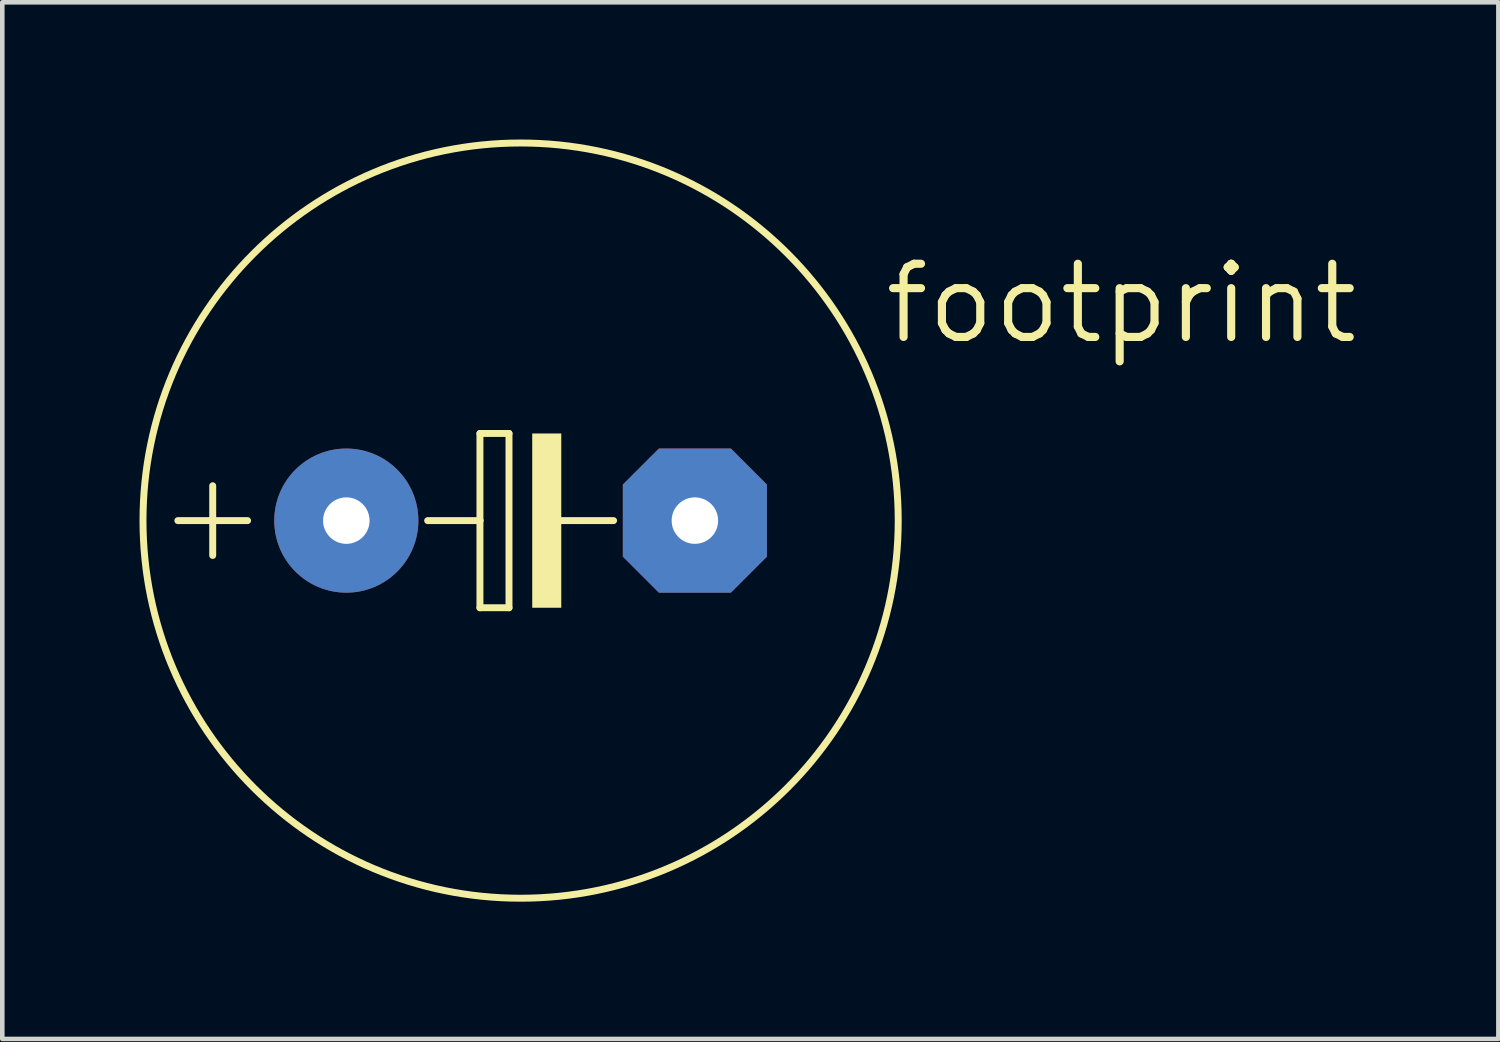
<source format=kicad_pcb>
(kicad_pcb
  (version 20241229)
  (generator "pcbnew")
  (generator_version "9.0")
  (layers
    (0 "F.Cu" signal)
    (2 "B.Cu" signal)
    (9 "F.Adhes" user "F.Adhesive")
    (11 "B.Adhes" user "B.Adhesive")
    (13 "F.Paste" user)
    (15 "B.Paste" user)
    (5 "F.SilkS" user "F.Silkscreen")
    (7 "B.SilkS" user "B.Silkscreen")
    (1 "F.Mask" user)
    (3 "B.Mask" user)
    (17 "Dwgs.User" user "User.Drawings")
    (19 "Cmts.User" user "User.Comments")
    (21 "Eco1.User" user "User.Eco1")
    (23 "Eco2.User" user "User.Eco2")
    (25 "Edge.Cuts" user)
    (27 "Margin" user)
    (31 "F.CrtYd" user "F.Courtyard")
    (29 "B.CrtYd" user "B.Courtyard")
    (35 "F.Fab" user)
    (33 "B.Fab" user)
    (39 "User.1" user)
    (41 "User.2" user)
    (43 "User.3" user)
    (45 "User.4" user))
  (footprint "footprint"
    (layer "F.Cu")
    (at 8.331 8.331)
    (property "Reference" "footprint" (at 7.874 -3.81 0) (layer "F.SilkS") (effects (font (size 1.6 1.6) (thickness 0.178)) (justify left bottom)))
    (fp_line (start -7.493 0) (end -5.969 0) (stroke (width 0.152) (type solid)) (layer "F.SilkS"))
    (fp_line (start -6.731 0.762) (end -6.731 -0.762) (stroke (width 0.152) (type solid)) (layer "F.SilkS"))
    (fp_line (start -0.889 -1.905) (end -0.889 0) (stroke (width 0.152) (type solid)) (layer "F.SilkS"))
    (fp_line (start -0.889 0) (end -2.032 0) (stroke (width 0.152) (type solid)) (layer "F.SilkS"))
    (fp_line (start -0.889 0) (end -0.889 1.905) (stroke (width 0.152) (type solid)) (layer "F.SilkS"))
    (fp_line (start -0.889 1.905) (end -0.254 1.905) (stroke (width 0.152) (type solid)) (layer "F.SilkS"))
    (fp_line (start -0.254 -1.905) (end -0.889 -1.905) (stroke (width 0.152) (type solid)) (layer "F.SilkS"))
    (fp_line (start -0.254 1.905) (end -0.254 -1.905) (stroke (width 0.152) (type solid)) (layer "F.SilkS"))
    (fp_line (start 0.635 0) (end 2.032 0) (stroke (width 0.152) (type solid)) (layer "F.SilkS"))
    (fp_circle (center 0 0) (end 8.255 0) (stroke (width 0.152) (type solid)) (fill no) (layer "F.SilkS"))
    (fp_poly (pts (xy 0.254 1.905) (xy 0.889 1.905) (xy 0.889 -1.905) (xy 0.254 -1.905)) (stroke (width 0) (type solid)) (fill yes) (layer "F.SilkS"))
    (pad "+" thru_hole circle (at -3.81 0) (size 3.15 3.15) (drill 1.016) (layers "*.Cu" "*.Mask"))
    (pad "-" thru_hole roundrect (at 3.81 0) (size 3.15 3.15) (drill 1.016) (layers "*.Cu" "*.Mask") (roundrect_rratio 0.25) (chamfer_ratio 0.25) (chamfer top_left top_right bottom_left bottom_right)))
  (gr_rect
    (start -3 -3)
    (end 29.706 19.662)
    (stroke (width 0.1) (type default))
    (fill no)
    (layer "Edge.Cuts")))
</source>
